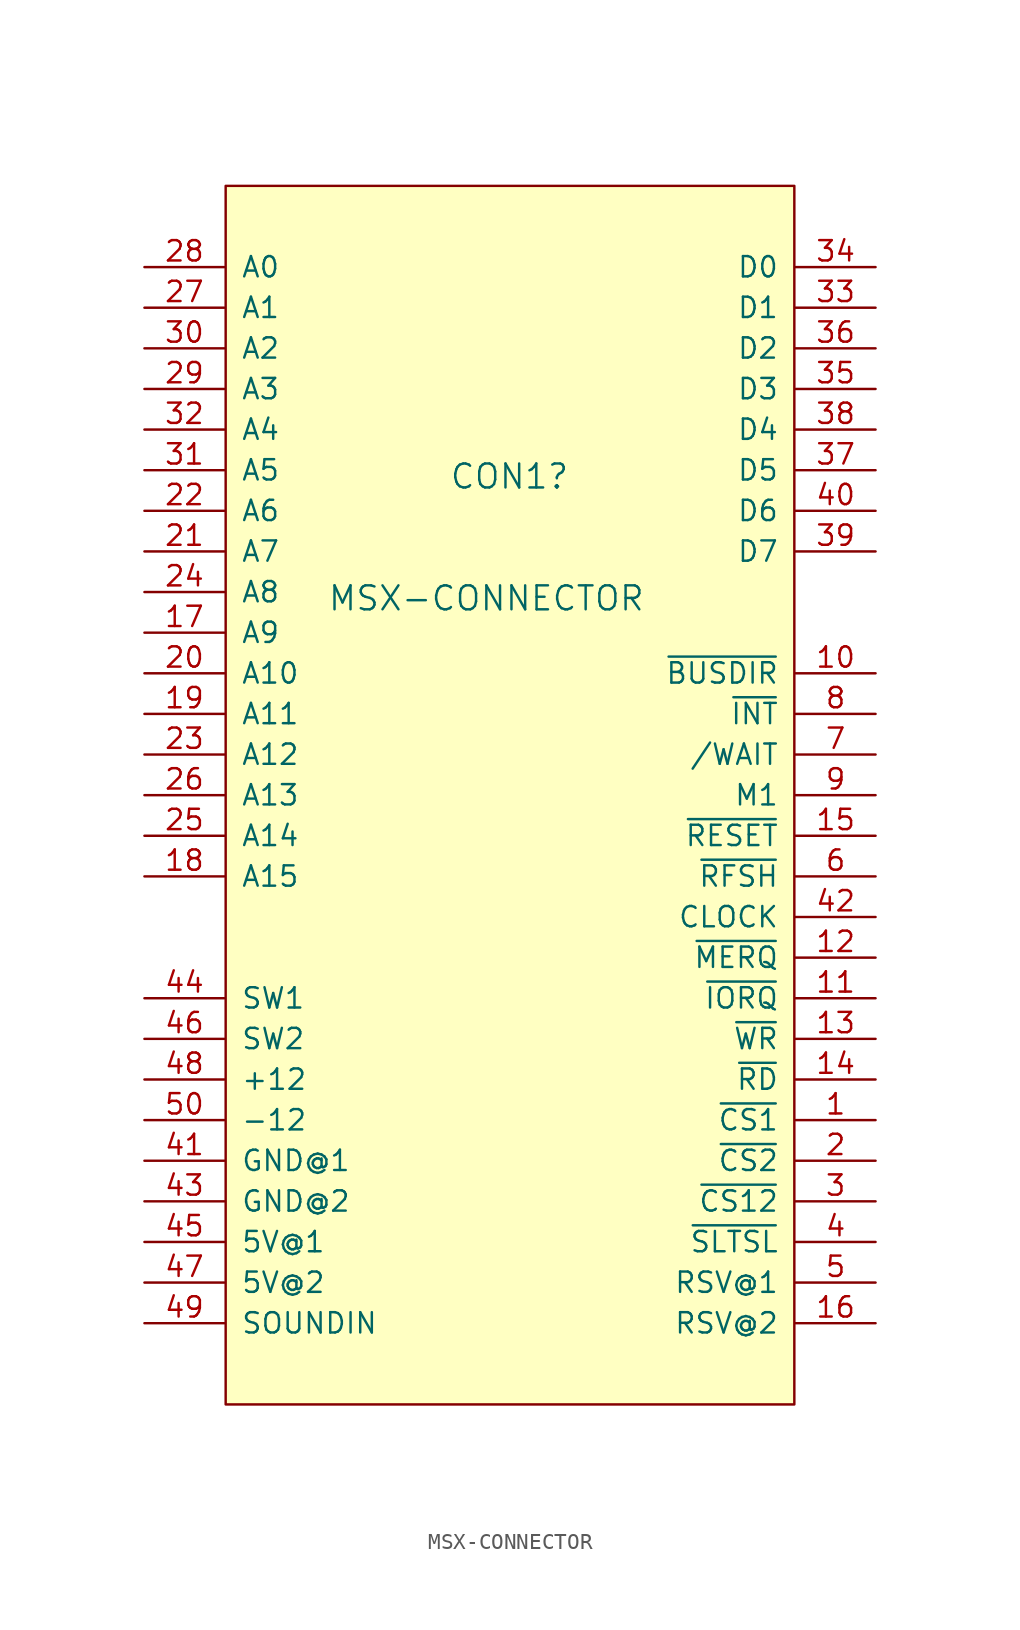
<source format=kicad_sym>
(kicad_symbol_lib
  (version 20211014)
  (generator kicad_symbol_editor)
  (symbol "MSX-CONNECTOR"
    (pin_names
      (offset 1.016))
    (property "Reference" "CON1"
      (at -3.81 19.05 0)
      (effects (font (size 1.499 1.499)) (justify left bottom)))
    (property "Value" "MSX-CONNECTOR"
      (at -11.43 11.43 0)
      (effects (font (size 1.499 1.499)) (justify left bottom)))
    (property "ki_locked" ""
      (at 0 0 0)
      (effects (font (size 1.27 1.27))))
    (symbol "MSX-CONNECTOR_1_0"
      (pin bidirectional line (at 22.86 -20.32 180) (length 5) (name "~{CS1}" (effects (font (size 1.27 1.27)))) (number "1" (effects (font (size 1.27 1.27)))))
      (pin bidirectional line (at 22.86 7.62 180) (length 5) (name "~{BUSDIR}" (effects (font (size 1.27 1.27)))) (number "10" (effects (font (size 1.27 1.27)))))
      (pin bidirectional line (at 22.86 -12.7 180) (length 5) (name "~{IORQ}" (effects (font (size 1.27 1.27)))) (number "11" (effects (font (size 1.27 1.27)))))
      (pin bidirectional line (at 22.86 -10.16 180) (length 5) (name "~{MERQ}" (effects (font (size 1.27 1.27)))) (number "12" (effects (font (size 1.27 1.27)))))
      (pin bidirectional line (at 22.86 -15.24 180) (length 5) (name "~{WR}" (effects (font (size 1.27 1.27)))) (number "13" (effects (font (size 1.27 1.27)))))
      (pin bidirectional line (at 22.86 -17.78 180) (length 5) (name "~{RD}" (effects (font (size 1.27 1.27)))) (number "14" (effects (font (size 1.27 1.27)))))
      (pin bidirectional line (at 22.86 -2.54 180) (length 5) (name "~{RESET}" (effects (font (size 1.27 1.27)))) (number "15" (effects (font (size 1.27 1.27)))))
      (pin bidirectional line (at 22.86 -33.02 180) (length 5) (name "RSV@2" (effects (font (size 1.27 1.27)))) (number "16" (effects (font (size 1.27 1.27)))))
      (pin bidirectional line (at -22.86 10.16 0) (length 5) (name "A9" (effects (font (size 1.27 1.27)))) (number "17" (effects (font (size 1.27 1.27)))))
      (pin bidirectional line (at -22.86 -5.08 0) (length 5) (name "A15" (effects (font (size 1.27 1.27)))) (number "18" (effects (font (size 1.27 1.27)))))
      (pin bidirectional line (at -22.86 5.08 0) (length 5) (name "A11" (effects (font (size 1.27 1.27)))) (number "19" (effects (font (size 1.27 1.27)))))
      (pin bidirectional line (at 22.86 -22.86 180) (length 5) (name "~{CS2}" (effects (font (size 1.27 1.27)))) (number "2" (effects (font (size 1.27 1.27)))))
      (pin bidirectional line (at -22.86 7.62 0) (length 5) (name "A10" (effects (font (size 1.27 1.27)))) (number "20" (effects (font (size 1.27 1.27)))))
      (pin bidirectional line (at -22.86 15.24 0) (length 5) (name "A7" (effects (font (size 1.27 1.27)))) (number "21" (effects (font (size 1.27 1.27)))))
      (pin bidirectional line (at -22.86 17.78 0) (length 5) (name "A6" (effects (font (size 1.27 1.27)))) (number "22" (effects (font (size 1.27 1.27)))))
      (pin bidirectional line (at -22.86 2.54 0) (length 5) (name "A12" (effects (font (size 1.27 1.27)))) (number "23" (effects (font (size 1.27 1.27)))))
      (pin bidirectional line (at -22.86 12.7 0) (length 5) (name "A8" (effects (font (size 1.27 1.27)))) (number "24" (effects (font (size 1.27 1.27)))))
      (pin bidirectional line (at -22.86 -2.54 0) (length 5) (name "A14" (effects (font (size 1.27 1.27)))) (number "25" (effects (font (size 1.27 1.27)))))
      (pin bidirectional line (at -22.86 0 0) (length 5) (name "A13" (effects (font (size 1.27 1.27)))) (number "26" (effects (font (size 1.27 1.27)))))
      (pin bidirectional line (at -22.86 30.48 0) (length 5) (name "A1" (effects (font (size 1.27 1.27)))) (number "27" (effects (font (size 1.27 1.27)))))
      (pin bidirectional line (at -22.86 33.02 0) (length 5) (name "A0" (effects (font (size 1.27 1.27)))) (number "28" (effects (font (size 1.27 1.27)))))
      (pin bidirectional line (at -22.86 25.4 0) (length 5) (name "A3" (effects (font (size 1.27 1.27)))) (number "29" (effects (font (size 1.27 1.27)))))
      (pin bidirectional line (at 22.86 -25.4 180) (length 5) (name "~{CS12}" (effects (font (size 1.27 1.27)))) (number "3" (effects (font (size 1.27 1.27)))))
      (pin bidirectional line (at -22.86 27.94 0) (length 5) (name "A2" (effects (font (size 1.27 1.27)))) (number "30" (effects (font (size 1.27 1.27)))))
      (pin bidirectional line (at -22.86 20.32 0) (length 5) (name "A5" (effects (font (size 1.27 1.27)))) (number "31" (effects (font (size 1.27 1.27)))))
      (pin bidirectional line (at -22.86 22.86 0) (length 5) (name "A4" (effects (font (size 1.27 1.27)))) (number "32" (effects (font (size 1.27 1.27)))))
      (pin bidirectional line (at 22.86 30.48 180) (length 5) (name "D1" (effects (font (size 1.27 1.27)))) (number "33" (effects (font (size 1.27 1.27)))))
      (pin bidirectional line (at 22.86 33.02 180) (length 5) (name "D0" (effects (font (size 1.27 1.27)))) (number "34" (effects (font (size 1.27 1.27)))))
      (pin bidirectional line (at 22.86 25.4 180) (length 5) (name "D3" (effects (font (size 1.27 1.27)))) (number "35" (effects (font (size 1.27 1.27)))))
      (pin bidirectional line (at 22.86 27.94 180) (length 5) (name "D2" (effects (font (size 1.27 1.27)))) (number "36" (effects (font (size 1.27 1.27)))))
      (pin bidirectional line (at 22.86 20.32 180) (length 5) (name "D5" (effects (font (size 1.27 1.27)))) (number "37" (effects (font (size 1.27 1.27)))))
      (pin bidirectional line (at 22.86 22.86 180) (length 5) (name "D4" (effects (font (size 1.27 1.27)))) (number "38" (effects (font (size 1.27 1.27)))))
      (pin bidirectional line (at 22.86 15.24 180) (length 5) (name "D7" (effects (font (size 1.27 1.27)))) (number "39" (effects (font (size 1.27 1.27)))))
      (pin bidirectional line (at 22.86 -27.94 180) (length 5) (name "~{SLTSL}" (effects (font (size 1.27 1.27)))) (number "4" (effects (font (size 1.27 1.27)))))
      (pin bidirectional line (at 22.86 17.78 180) (length 5) (name "D6" (effects (font (size 1.27 1.27)))) (number "40" (effects (font (size 1.27 1.27)))))
      (pin bidirectional line (at -22.86 -22.86 0) (length 5) (name "GND@1" (effects (font (size 1.27 1.27)))) (number "41" (effects (font (size 1.27 1.27)))))
      (pin bidirectional line (at 22.86 -7.62 180) (length 5) (name "CLOCK" (effects (font (size 1.27 1.27)))) (number "42" (effects (font (size 1.27 1.27)))))
      (pin bidirectional line (at -22.86 -25.4 0) (length 5) (name "GND@2" (effects (font (size 1.27 1.27)))) (number "43" (effects (font (size 1.27 1.27)))))
      (pin bidirectional line (at -22.86 -12.7 0) (length 5) (name "SW1" (effects (font (size 1.27 1.27)))) (number "44" (effects (font (size 1.27 1.27)))))
      (pin bidirectional line (at -22.86 -27.94 0) (length 5) (name "5V@1" (effects (font (size 1.27 1.27)))) (number "45" (effects (font (size 1.27 1.27)))))
      (pin bidirectional line (at -22.86 -15.24 0) (length 5) (name "SW2" (effects (font (size 1.27 1.27)))) (number "46" (effects (font (size 1.27 1.27)))))
      (pin bidirectional line (at -22.86 -30.48 0) (length 5) (name "5V@2" (effects (font (size 1.27 1.27)))) (number "47" (effects (font (size 1.27 1.27)))))
      (pin bidirectional line (at -22.86 -17.78 0) (length 5) (name "+12" (effects (font (size 1.27 1.27)))) (number "48" (effects (font (size 1.27 1.27)))))
      (pin bidirectional line (at -22.86 -33.02 0) (length 5) (name "SOUNDIN" (effects (font (size 1.27 1.27)))) (number "49" (effects (font (size 1.27 1.27)))))
      (pin bidirectional line (at 22.86 -30.48 180) (length 5) (name "RSV@1" (effects (font (size 1.27 1.27)))) (number "5" (effects (font (size 1.27 1.27)))))
      (pin bidirectional line (at -22.86 -20.32 0) (length 5) (name "-12" (effects (font (size 1.27 1.27)))) (number "50" (effects (font (size 1.27 1.27)))))
      (pin bidirectional line (at 22.86 -5.08 180) (length 5) (name "~{RFSH}" (effects (font (size 1.27 1.27)))) (number "6" (effects (font (size 1.27 1.27)))))
      (pin bidirectional line (at 22.86 2.54 180) (length 5) (name "/WAIT" (effects (font (size 1.27 1.27)))) (number "7" (effects (font (size 1.27 1.27)))))
      (pin bidirectional line (at 22.86 5.08 180) (length 5) (name "~{INT}" (effects (font (size 1.27 1.27)))) (number "8" (effects (font (size 1.27 1.27)))))
      (pin bidirectional line (at 22.86 0 180) (length 5) (name "M1" (effects (font (size 1.27 1.27)))) (number "9" (effects (font (size 1.27 1.27))))))
    (symbol "MSX-CONNECTOR_1_1"
      (rectangle (start -17.78 38.1) (end 17.78 -38.1) (stroke (width 0) (type default) (color 0 0 0 0)) (fill (type background))))))
</source>
